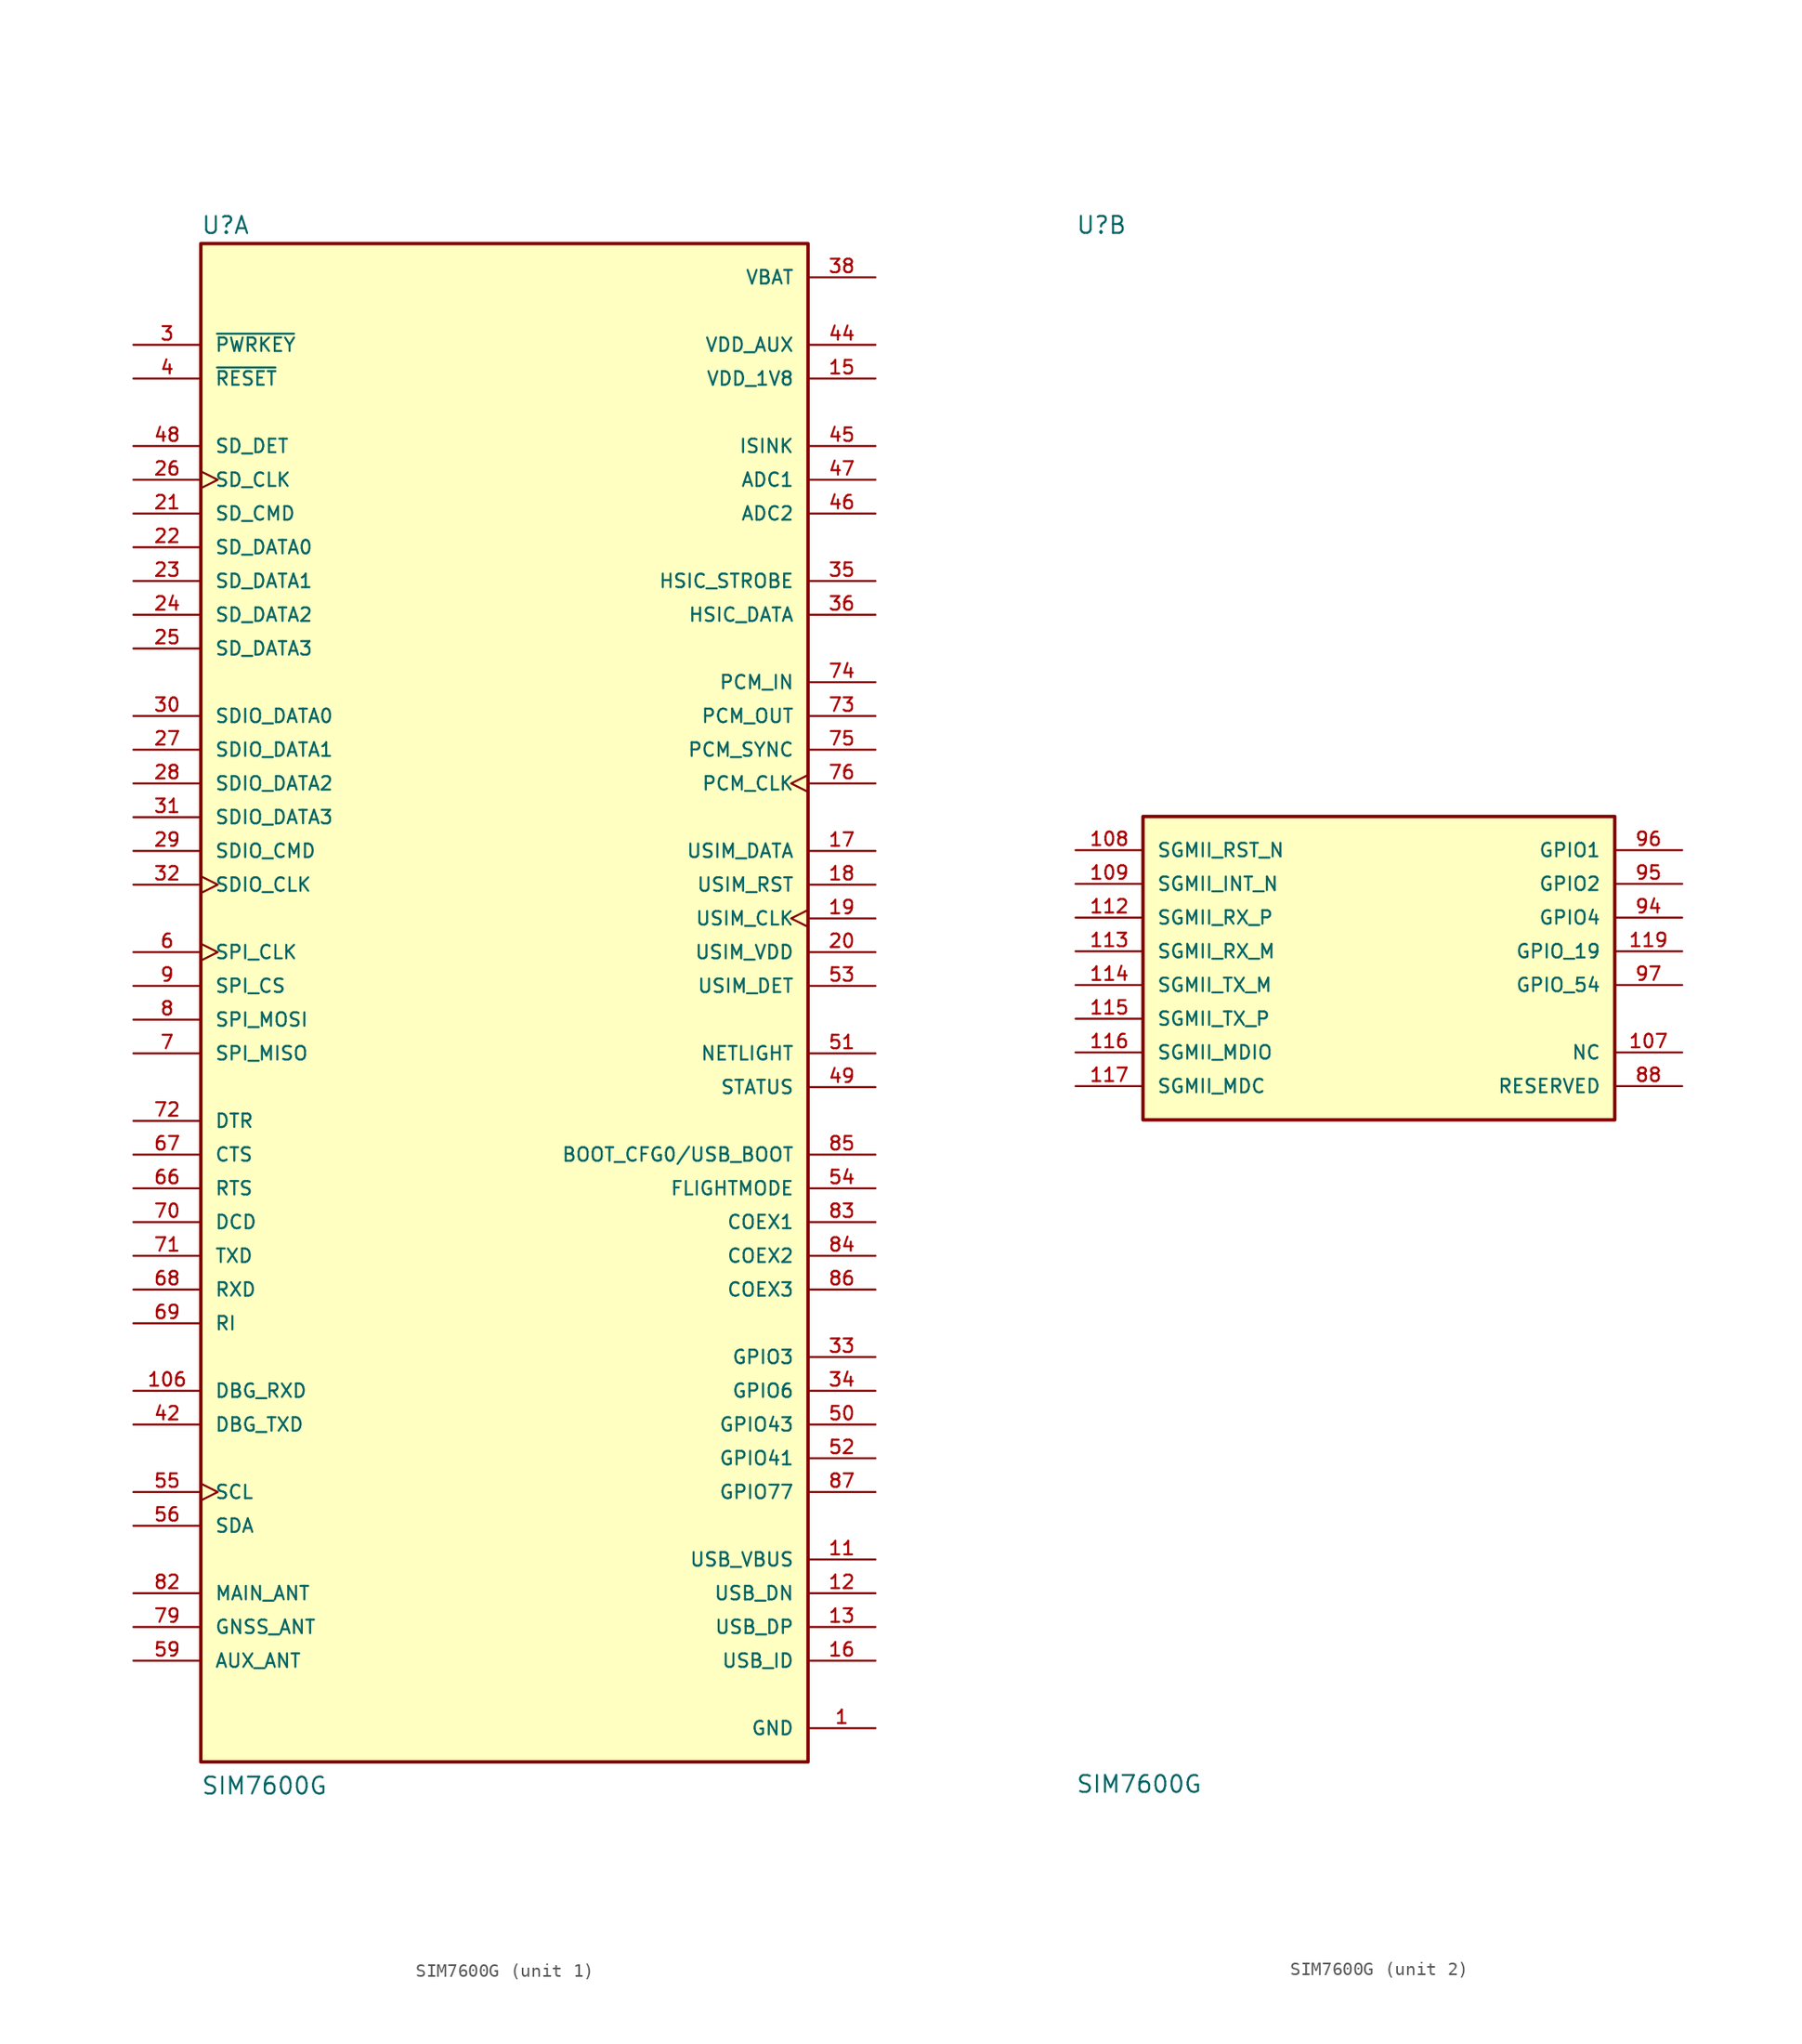
<source format=kicad_sym>
(kicad_symbol_lib
  (version 20211014)
  (generator kicad_symbol_editor)
  (symbol "SIM7600G"
    (pin_names
      (offset 1.016))
    (property "Reference" "U"
      (at -22.86 56.515 0)
      (effects (font (size 1.27 1.27)) (justify bottom left)))
    (property "Value" "SIM7600G"
      (at -22.86 -60.96 0)
      (effects (font (size 1.27 1.27)) (justify bottom left)))
    (symbol "SIM7600G_1_0"
      (rectangle (start -22.86 -58.42) (end 22.86 55.88) (stroke (width 0.254)) (fill (type background)))
      (pin power_in line (at 27.94 53.34 180.0) (length 5.08) (name "VBAT" (effects (font (size 1.016 1.016)))) (number "38" (effects (font (size 1.016 1.016)))))
      (pin power_in line (at 27.94 53.34 180.0) (length 5.08) hide (name "VBAT" (effects (font (size 1.016 1.016)))) (number "39" (effects (font (size 1.016 1.016)))))
      (pin power_in line (at 27.94 53.34 180.0) (length 5.08) hide (name "VBAT" (effects (font (size 1.016 1.016)))) (number "62" (effects (font (size 1.016 1.016)))))
      (pin power_in line (at 27.94 53.34 180.0) (length 5.08) hide (name "VBAT" (effects (font (size 1.016 1.016)))) (number "63" (effects (font (size 1.016 1.016)))))
      (pin output line (at 27.94 48.26 180.0) (length 5.08) (name "VDD_AUX" (effects (font (size 1.016 1.016)))) (number "44" (effects (font (size 1.016 1.016)))))
      (pin output line (at 27.94 45.72 180.0) (length 5.08) (name "VDD_1V8" (effects (font (size 1.016 1.016)))) (number "15" (effects (font (size 1.016 1.016)))))
      (pin power_in line (at 27.94 -55.88 180.0) (length 5.08) (name "GND" (effects (font (size 1.016 1.016)))) (number "1" (effects (font (size 1.016 1.016)))))
      (pin power_in line (at 27.94 -55.88 180.0) (length 5.08) hide (name "GND" (effects (font (size 1.016 1.016)))) (number "2" (effects (font (size 1.016 1.016)))))
      (pin power_in line (at 27.94 -55.88 180.0) (length 5.08) hide (name "GND" (effects (font (size 1.016 1.016)))) (number "5" (effects (font (size 1.016 1.016)))))
      (pin power_in line (at 27.94 -55.88 180.0) (length 5.08) hide (name "GND" (effects (font (size 1.016 1.016)))) (number "10" (effects (font (size 1.016 1.016)))))
      (pin power_in line (at 27.94 -55.88 180.0) (length 5.08) hide (name "GND" (effects (font (size 1.016 1.016)))) (number "14" (effects (font (size 1.016 1.016)))))
      (pin power_in line (at 27.94 -55.88 180.0) (length 5.08) hide (name "GND" (effects (font (size 1.016 1.016)))) (number "37" (effects (font (size 1.016 1.016)))))
      (pin power_in line (at 27.94 -55.88 180.0) (length 5.08) hide (name "GND" (effects (font (size 1.016 1.016)))) (number "40" (effects (font (size 1.016 1.016)))))
      (pin power_in line (at 27.94 -55.88 180.0) (length 5.08) hide (name "GND" (effects (font (size 1.016 1.016)))) (number "41" (effects (font (size 1.016 1.016)))))
      (pin power_in line (at 27.94 -55.88 180.0) (length 5.08) hide (name "GND" (effects (font (size 1.016 1.016)))) (number "43" (effects (font (size 1.016 1.016)))))
      (pin power_in line (at 27.94 -55.88 180.0) (length 5.08) hide (name "GND" (effects (font (size 1.016 1.016)))) (number "57" (effects (font (size 1.016 1.016)))))
      (pin power_in line (at 27.94 -55.88 180.0) (length 5.08) hide (name "GND" (effects (font (size 1.016 1.016)))) (number "58" (effects (font (size 1.016 1.016)))))
      (pin power_in line (at 27.94 -55.88 180.0) (length 5.08) hide (name "GND" (effects (font (size 1.016 1.016)))) (number "60" (effects (font (size 1.016 1.016)))))
      (pin power_in line (at 27.94 -55.88 180.0) (length 5.08) hide (name "GND" (effects (font (size 1.016 1.016)))) (number "61" (effects (font (size 1.016 1.016)))))
      (pin power_in line (at 27.94 -55.88 180.0) (length 5.08) hide (name "GND" (effects (font (size 1.016 1.016)))) (number "64" (effects (font (size 1.016 1.016)))))
      (pin power_in line (at 27.94 -55.88 180.0) (length 5.08) hide (name "GND" (effects (font (size 1.016 1.016)))) (number "65" (effects (font (size 1.016 1.016)))))
      (pin power_in line (at 27.94 -55.88 180.0) (length 5.08) hide (name "GND" (effects (font (size 1.016 1.016)))) (number "77" (effects (font (size 1.016 1.016)))))
      (pin power_in line (at 27.94 -55.88 180.0) (length 5.08) hide (name "GND" (effects (font (size 1.016 1.016)))) (number "78" (effects (font (size 1.016 1.016)))))
      (pin power_in line (at 27.94 -55.88 180.0) (length 5.08) hide (name "GND" (effects (font (size 1.016 1.016)))) (number "80" (effects (font (size 1.016 1.016)))))
      (pin power_in line (at 27.94 -55.88 180.0) (length 5.08) hide (name "GND" (effects (font (size 1.016 1.016)))) (number "81" (effects (font (size 1.016 1.016)))))
      (pin power_in line (at 27.94 -55.88 180.0) (length 5.08) hide (name "GND" (effects (font (size 1.016 1.016)))) (number "93" (effects (font (size 1.016 1.016)))))
      (pin power_in line (at 27.94 -55.88 180.0) (length 5.08) hide (name "GND" (effects (font (size 1.016 1.016)))) (number "98" (effects (font (size 1.016 1.016)))))
      (pin power_in line (at 27.94 -55.88 180.0) (length 5.08) hide (name "GND" (effects (font (size 1.016 1.016)))) (number "110" (effects (font (size 1.016 1.016)))))
      (pin power_in line (at 27.94 -55.88 180.0) (length 5.08) hide (name "GND" (effects (font (size 1.016 1.016)))) (number "118" (effects (font (size 1.016 1.016)))))
      (pin power_in line (at 27.94 -55.88 180.0) (length 5.08) hide (name "GND" (effects (font (size 1.016 1.016)))) (number "120" (effects (font (size 1.016 1.016)))))
      (pin power_in line (at 27.94 -55.88 180.0) (length 5.08) hide (name "GND" (effects (font (size 1.016 1.016)))) (number "121" (effects (font (size 1.016 1.016)))))
      (pin power_in line (at 27.94 -55.88 180.0) (length 5.08) hide (name "GND" (effects (font (size 1.016 1.016)))) (number "122" (effects (font (size 1.016 1.016)))))
      (pin power_in line (at 27.94 -55.88 180.0) (length 5.08) hide (name "GND" (effects (font (size 1.016 1.016)))) (number "123" (effects (font (size 1.016 1.016)))))
      (pin power_in line (at 27.94 -55.88 180.0) (length 5.08) hide (name "GND" (effects (font (size 1.016 1.016)))) (number "124" (effects (font (size 1.016 1.016)))))
      (pin power_in line (at 27.94 -55.88 180.0) (length 5.08) hide (name "GND" (effects (font (size 1.016 1.016)))) (number "125" (effects (font (size 1.016 1.016)))))
      (pin power_in line (at 27.94 -55.88 180.0) (length 5.08) hide (name "GND" (effects (font (size 1.016 1.016)))) (number "126" (effects (font (size 1.016 1.016)))))
      (pin power_in line (at 27.94 -55.88 180.0) (length 5.08) hide (name "GND" (effects (font (size 1.016 1.016)))) (number "127" (effects (font (size 1.016 1.016)))))
      (pin power_in line (at 27.94 -55.88 180.0) (length 5.08) hide (name "GND" (effects (font (size 1.016 1.016)))) (number "128" (effects (font (size 1.016 1.016)))))
      (pin power_in line (at 27.94 -55.88 180.0) (length 5.08) hide (name "GND" (effects (font (size 1.016 1.016)))) (number "129" (effects (font (size 1.016 1.016)))))
      (pin power_in line (at 27.94 -55.88 180.0) (length 5.08) hide (name "GND" (effects (font (size 1.016 1.016)))) (number "130" (effects (font (size 1.016 1.016)))))
      (pin power_in line (at 27.94 -55.88 180.0) (length 5.08) hide (name "GND" (effects (font (size 1.016 1.016)))) (number "131" (effects (font (size 1.016 1.016)))))
      (pin power_in line (at 27.94 -55.88 180.0) (length 5.08) hide (name "GND" (effects (font (size 1.016 1.016)))) (number "132" (effects (font (size 1.016 1.016)))))
      (pin power_in line (at 27.94 -55.88 180.0) (length 5.08) hide (name "GND" (effects (font (size 1.016 1.016)))) (number "133" (effects (font (size 1.016 1.016)))))
      (pin power_in line (at 27.94 -55.88 180.0) (length 5.08) hide (name "GND" (effects (font (size 1.016 1.016)))) (number "134" (effects (font (size 1.016 1.016)))))
      (pin power_in line (at 27.94 -55.88 180.0) (length 5.08) hide (name "GND" (effects (font (size 1.016 1.016)))) (number "135" (effects (font (size 1.016 1.016)))))
      (pin input line (at -27.94 48.26 0) (length 5.08) (name "~{PWRKEY}" (effects (font (size 1.016 1.016)))) (number "3" (effects (font (size 1.016 1.016)))))
      (pin input line (at -27.94 45.72 0) (length 5.08) (name "~{RESET}" (effects (font (size 1.016 1.016)))) (number "4" (effects (font (size 1.016 1.016)))))
      (pin bidirectional line (at -27.94 35.56 0) (length 5.08) (name "SD_CMD" (effects (font (size 1.016 1.016)))) (number "21" (effects (font (size 1.016 1.016)))))
      (pin bidirectional line (at -27.94 33.02 0) (length 5.08) (name "SD_DATA0" (effects (font (size 1.016 1.016)))) (number "22" (effects (font (size 1.016 1.016)))))
      (pin output clock (at -27.94 38.1 0) (length 5.08) (name "SD_CLK" (effects (font (size 1.016 1.016)))) (number "26" (effects (font (size 1.016 1.016)))))
      (pin bidirectional line (at 27.94 10.16 180.0) (length 5.08) (name "USIM_DATA" (effects (font (size 1.016 1.016)))) (number "17" (effects (font (size 1.016 1.016)))))
      (pin output line (at 27.94 7.62 180.0) (length 5.08) (name "USIM_RST" (effects (font (size 1.016 1.016)))) (number "18" (effects (font (size 1.016 1.016)))))
      (pin output clock (at 27.94 5.08 180.0) (length 5.08) (name "USIM_CLK" (effects (font (size 1.016 1.016)))) (number "19" (effects (font (size 1.016 1.016)))))
      (pin output line (at 27.94 2.54 180.0) (length 5.08) (name "USIM_VDD" (effects (font (size 1.016 1.016)))) (number "20" (effects (font (size 1.016 1.016)))))
      (pin output clock (at -27.94 2.54 0) (length 5.08) (name "SPI_CLK" (effects (font (size 1.016 1.016)))) (number "6" (effects (font (size 1.016 1.016)))))
      (pin input line (at -27.94 -5.08 0) (length 5.08) (name "SPI_MISO" (effects (font (size 1.016 1.016)))) (number "7" (effects (font (size 1.016 1.016)))))
      (pin output line (at -27.94 -2.54 0) (length 5.08) (name "SPI_MOSI" (effects (font (size 1.016 1.016)))) (number "8" (effects (font (size 1.016 1.016)))))
      (pin output line (at -27.94 0.0 0) (length 5.08) (name "SPI_CS" (effects (font (size 1.016 1.016)))) (number "9" (effects (font (size 1.016 1.016)))))
      (pin input line (at 27.94 -43.18 180.0) (length 5.08) (name "USB_VBUS" (effects (font (size 1.016 1.016)))) (number "11" (effects (font (size 1.016 1.016)))))
      (pin bidirectional line (at 27.94 -45.72 180.0) (length 5.08) (name "USB_DN" (effects (font (size 1.016 1.016)))) (number "12" (effects (font (size 1.016 1.016)))))
      (pin bidirectional line (at 27.94 -48.26 180.0) (length 5.08) (name "USB_DP" (effects (font (size 1.016 1.016)))) (number "13" (effects (font (size 1.016 1.016)))))
      (pin input line (at 27.94 -50.8 180.0) (length 5.08) (name "USB_ID" (effects (font (size 1.016 1.016)))) (number "16" (effects (font (size 1.016 1.016)))))
      (pin output line (at -27.94 -15.24 0) (length 5.08) (name "RTS" (effects (font (size 1.016 1.016)))) (number "66" (effects (font (size 1.016 1.016)))))
      (pin input line (at -27.94 -12.7 0) (length 5.08) (name "CTS" (effects (font (size 1.016 1.016)))) (number "67" (effects (font (size 1.016 1.016)))))
      (pin input line (at -27.94 -22.86 0) (length 5.08) (name "RXD" (effects (font (size 1.016 1.016)))) (number "68" (effects (font (size 1.016 1.016)))))
      (pin output line (at -27.94 -25.4 0) (length 5.08) (name "RI" (effects (font (size 1.016 1.016)))) (number "69" (effects (font (size 1.016 1.016)))))
      (pin output line (at -27.94 -17.78 0) (length 5.08) (name "DCD" (effects (font (size 1.016 1.016)))) (number "70" (effects (font (size 1.016 1.016)))))
      (pin output line (at -27.94 -20.32 0) (length 5.08) (name "TXD" (effects (font (size 1.016 1.016)))) (number "71" (effects (font (size 1.016 1.016)))))
      (pin input line (at -27.94 -10.16 0) (length 5.08) (name "DTR" (effects (font (size 1.016 1.016)))) (number "72" (effects (font (size 1.016 1.016)))))
      (pin output clock (at -27.94 -38.1 0) (length 5.08) (name "SCL" (effects (font (size 1.016 1.016)))) (number "55" (effects (font (size 1.016 1.016)))))
      (pin bidirectional line (at -27.94 -40.64 0) (length 5.08) (name "SDA" (effects (font (size 1.016 1.016)))) (number "56" (effects (font (size 1.016 1.016)))))
      (pin bidirectional line (at -27.94 17.78 0) (length 5.08) (name "SDIO_DATA1" (effects (font (size 1.016 1.016)))) (number "27" (effects (font (size 1.016 1.016)))))
      (pin bidirectional line (at -27.94 15.24 0) (length 5.08) (name "SDIO_DATA2" (effects (font (size 1.016 1.016)))) (number "28" (effects (font (size 1.016 1.016)))))
      (pin bidirectional line (at -27.94 10.16 0) (length 5.08) (name "SDIO_CMD" (effects (font (size 1.016 1.016)))) (number "29" (effects (font (size 1.016 1.016)))))
      (pin bidirectional line (at -27.94 20.32 0) (length 5.08) (name "SDIO_DATA0" (effects (font (size 1.016 1.016)))) (number "30" (effects (font (size 1.016 1.016)))))
      (pin bidirectional line (at -27.94 12.7 0) (length 5.08) (name "SDIO_DATA3" (effects (font (size 1.016 1.016)))) (number "31" (effects (font (size 1.016 1.016)))))
      (pin output clock (at -27.94 7.62 0) (length 5.08) (name "SDIO_CLK" (effects (font (size 1.016 1.016)))) (number "32" (effects (font (size 1.016 1.016)))))
      (pin bidirectional line (at 27.94 30.48 180.0) (length 5.08) (name "HSIC_STROBE" (effects (font (size 1.016 1.016)))) (number "35" (effects (font (size 1.016 1.016)))))
      (pin bidirectional line (at 27.94 27.94 180.0) (length 5.08) (name "HSIC_DATA" (effects (font (size 1.016 1.016)))) (number "36" (effects (font (size 1.016 1.016)))))
      (pin output line (at 27.94 20.32 180.0) (length 5.08) (name "PCM_OUT" (effects (font (size 1.016 1.016)))) (number "73" (effects (font (size 1.016 1.016)))))
      (pin input line (at 27.94 22.86 180.0) (length 5.08) (name "PCM_IN" (effects (font (size 1.016 1.016)))) (number "74" (effects (font (size 1.016 1.016)))))
      (pin bidirectional line (at 27.94 17.78 180.0) (length 5.08) (name "PCM_SYNC" (effects (font (size 1.016 1.016)))) (number "75" (effects (font (size 1.016 1.016)))))
      (pin bidirectional clock (at 27.94 15.24 180.0) (length 5.08) (name "PCM_CLK" (effects (font (size 1.016 1.016)))) (number "76" (effects (font (size 1.016 1.016)))))
      (pin input line (at 27.94 -15.24 180.0) (length 5.08) (name "FLIGHTMODE" (effects (font (size 1.016 1.016)))) (number "54" (effects (font (size 1.016 1.016)))))
      (pin input line (at -27.94 40.64 0) (length 5.08) (name "SD_DET" (effects (font (size 1.016 1.016)))) (number "48" (effects (font (size 1.016 1.016)))))
      (pin bidirectional line (at 27.94 0.0 180.0) (length 5.08) (name "USIM_DET" (effects (font (size 1.016 1.016)))) (number "53" (effects (font (size 1.016 1.016)))))
      (pin bidirectional line (at -27.94 -45.72 0) (length 5.08) (name "MAIN_ANT" (effects (font (size 1.016 1.016)))) (number "82" (effects (font (size 1.016 1.016)))))
      (pin input line (at -27.94 -48.26 0) (length 5.08) (name "GNSS_ANT" (effects (font (size 1.016 1.016)))) (number "79" (effects (font (size 1.016 1.016)))))
      (pin input line (at -27.94 -50.8 0) (length 5.08) (name "AUX_ANT" (effects (font (size 1.016 1.016)))) (number "59" (effects (font (size 1.016 1.016)))))
      (pin bidirectional line (at 27.94 -17.78 180.0) (length 5.08) (name "COEX1" (effects (font (size 1.016 1.016)))) (number "83" (effects (font (size 1.016 1.016)))))
      (pin bidirectional line (at 27.94 -20.32 180.0) (length 5.08) (name "COEX2" (effects (font (size 1.016 1.016)))) (number "84" (effects (font (size 1.016 1.016)))))
      (pin bidirectional line (at 27.94 -22.86 180.0) (length 5.08) (name "COEX3" (effects (font (size 1.016 1.016)))) (number "86" (effects (font (size 1.016 1.016)))))
      (pin bidirectional line (at -27.94 30.48 0) (length 5.08) (name "SD_DATA1" (effects (font (size 1.016 1.016)))) (number "23" (effects (font (size 1.016 1.016)))))
      (pin bidirectional line (at -27.94 27.94 0) (length 5.08) (name "SD_DATA2" (effects (font (size 1.016 1.016)))) (number "24" (effects (font (size 1.016 1.016)))))
      (pin bidirectional line (at -27.94 25.4 0) (length 5.08) (name "SD_DATA3" (effects (font (size 1.016 1.016)))) (number "25" (effects (font (size 1.016 1.016)))))
      (pin input line (at 27.94 -12.7 180.0) (length 5.08) (name "BOOT_CFG0/USB_BOOT" (effects (font (size 1.016 1.016)))) (number "85" (effects (font (size 1.016 1.016)))))
      (pin output line (at -27.94 -33.02 0) (length 5.08) (name "DBG_TXD" (effects (font (size 1.016 1.016)))) (number "42" (effects (font (size 1.016 1.016)))))
      (pin input line (at 27.94 40.64 180.0) (length 5.08) (name "ISINK" (effects (font (size 1.016 1.016)))) (number "45" (effects (font (size 1.016 1.016)))))
      (pin input line (at 27.94 38.1 180.0) (length 5.08) (name "ADC1" (effects (font (size 1.016 1.016)))) (number "47" (effects (font (size 1.016 1.016)))))
      (pin input line (at 27.94 35.56 180.0) (length 5.08) (name "ADC2" (effects (font (size 1.016 1.016)))) (number "46" (effects (font (size 1.016 1.016)))))
      (pin bidirectional line (at 27.94 -35.56 180.0) (length 5.08) (name "GPIO41" (effects (font (size 1.016 1.016)))) (number "52" (effects (font (size 1.016 1.016)))))
      (pin bidirectional line (at 27.94 -33.02 180.0) (length 5.08) (name "GPIO43" (effects (font (size 1.016 1.016)))) (number "50" (effects (font (size 1.016 1.016)))))
      (pin bidirectional line (at 27.94 -27.94 180.0) (length 5.08) (name "GPIO3" (effects (font (size 1.016 1.016)))) (number "33" (effects (font (size 1.016 1.016)))))
      (pin bidirectional line (at 27.94 -30.48 180.0) (length 5.08) (name "GPIO6" (effects (font (size 1.016 1.016)))) (number "34" (effects (font (size 1.016 1.016)))))
      (pin bidirectional line (at 27.94 -38.1 180.0) (length 5.08) (name "GPIO77" (effects (font (size 1.016 1.016)))) (number "87" (effects (font (size 1.016 1.016)))))
      (pin output line (at 27.94 -5.08 180.0) (length 5.08) (name "NETLIGHT" (effects (font (size 1.016 1.016)))) (number "51" (effects (font (size 1.016 1.016)))))
      (pin output line (at 27.94 -7.62 180.0) (length 5.08) (name "STATUS" (effects (font (size 1.016 1.016)))) (number "49" (effects (font (size 1.016 1.016)))))
      (pin input line (at -27.94 -30.48 0) (length 5.08) (name "DBG_RXD" (effects (font (size 1.016 1.016)))) (number "106" (effects (font (size 1.016 1.016))))))
    (symbol "SIM7600G_2_0"
      (rectangle (start -17.78 -10.16) (end 17.78 12.7) (stroke (width 0.254)) (fill (type background)))
      (pin bidirectional line (at 22.86 10.16 180.0) (length 5.08) (name "GPIO1" (effects (font (size 1.016 1.016)))) (number "96" (effects (font (size 1.016 1.016)))))
      (pin bidirectional line (at 22.86 7.62 180.0) (length 5.08) (name "GPIO2" (effects (font (size 1.016 1.016)))) (number "95" (effects (font (size 1.016 1.016)))))
      (pin bidirectional line (at 22.86 5.08 180.0) (length 5.08) (name "GPIO4" (effects (font (size 1.016 1.016)))) (number "94" (effects (font (size 1.016 1.016)))))
      (pin bidirectional line (at 22.86 0.0 180.0) (length 5.08) (name "GPIO_54" (effects (font (size 1.016 1.016)))) (number "97" (effects (font (size 1.016 1.016)))))
      (pin bidirectional line (at 22.86 2.54 180.0) (length 5.08) (name "GPIO_19" (effects (font (size 1.016 1.016)))) (number "119" (effects (font (size 1.016 1.016)))))
      (pin passive line (at 22.86 -7.62 180.0) (length 5.08) (name "RESERVED" (effects (font (size 1.016 1.016)))) (number "88" (effects (font (size 1.016 1.016)))))
      (pin passive line (at 22.86 -7.62 180.0) (length 5.08) hide (name "RESERVED" (effects (font (size 1.016 1.016)))) (number "89" (effects (font (size 1.016 1.016)))))
      (pin passive line (at 22.86 -7.62 180.0) (length 5.08) hide (name "RESERVED" (effects (font (size 1.016 1.016)))) (number "90" (effects (font (size 1.016 1.016)))))
      (pin passive line (at 22.86 -7.62 180.0) (length 5.08) hide (name "RESERVED" (effects (font (size 1.016 1.016)))) (number "91" (effects (font (size 1.016 1.016)))))
      (pin passive line (at 22.86 -7.62 180.0) (length 5.08) hide (name "RESERVED" (effects (font (size 1.016 1.016)))) (number "92" (effects (font (size 1.016 1.016)))))
      (pin passive line (at 22.86 -7.62 180.0) (length 5.08) hide (name "RESERVED" (effects (font (size 1.016 1.016)))) (number "99" (effects (font (size 1.016 1.016)))))
      (pin passive line (at 22.86 -7.62 180.0) (length 5.08) hide (name "RESERVED" (effects (font (size 1.016 1.016)))) (number "100" (effects (font (size 1.016 1.016)))))
      (pin passive line (at 22.86 -7.62 180.0) (length 5.08) hide (name "RESERVED" (effects (font (size 1.016 1.016)))) (number "101" (effects (font (size 1.016 1.016)))))
      (pin passive line (at 22.86 -7.62 180.0) (length 5.08) hide (name "RESERVED" (effects (font (size 1.016 1.016)))) (number "102" (effects (font (size 1.016 1.016)))))
      (pin passive line (at 22.86 -7.62 180.0) (length 5.08) hide (name "RESERVED" (effects (font (size 1.016 1.016)))) (number "103" (effects (font (size 1.016 1.016)))))
      (pin passive line (at 22.86 -7.62 180.0) (length 5.08) hide (name "RESERVED" (effects (font (size 1.016 1.016)))) (number "104" (effects (font (size 1.016 1.016)))))
      (pin passive line (at 22.86 -7.62 180.0) (length 5.08) hide (name "RESERVED" (effects (font (size 1.016 1.016)))) (number "105" (effects (font (size 1.016 1.016)))))
      (pin passive line (at 22.86 -7.62 180.0) (length 5.08) hide (name "RESERVED" (effects (font (size 1.016 1.016)))) (number "111" (effects (font (size 1.016 1.016)))))
      (pin bidirectional line (at -22.86 10.16 0) (length 5.08) (name "SGMII_RST_N" (effects (font (size 1.016 1.016)))) (number "108" (effects (font (size 1.016 1.016)))))
      (pin bidirectional line (at -22.86 7.62 0) (length 5.08) (name "SGMII_INT_N" (effects (font (size 1.016 1.016)))) (number "109" (effects (font (size 1.016 1.016)))))
      (pin bidirectional line (at -22.86 5.08 0) (length 5.08) (name "SGMII_RX_P" (effects (font (size 1.016 1.016)))) (number "112" (effects (font (size 1.016 1.016)))))
      (pin bidirectional line (at -22.86 2.54 0) (length 5.08) (name "SGMII_RX_M" (effects (font (size 1.016 1.016)))) (number "113" (effects (font (size 1.016 1.016)))))
      (pin bidirectional line (at -22.86 0.0 0) (length 5.08) (name "SGMII_TX_M" (effects (font (size 1.016 1.016)))) (number "114" (effects (font (size 1.016 1.016)))))
      (pin bidirectional line (at -22.86 -5.08 0) (length 5.08) (name "SGMII_MDIO" (effects (font (size 1.016 1.016)))) (number "116" (effects (font (size 1.016 1.016)))))
      (pin bidirectional line (at -22.86 -7.62 0) (length 5.08) (name "SGMII_MDC" (effects (font (size 1.016 1.016)))) (number "117" (effects (font (size 1.016 1.016)))))
      (pin bidirectional line (at -22.86 -2.54 0) (length 5.08) (name "SGMII_TX_P" (effects (font (size 1.016 1.016)))) (number "115" (effects (font (size 1.016 1.016)))))
      (pin passive line (at 22.86 -5.08 180.0) (length 5.08) (name "NC" (effects (font (size 1.016 1.016)))) (number "107" (effects (font (size 1.016 1.016))))))))
</source>
